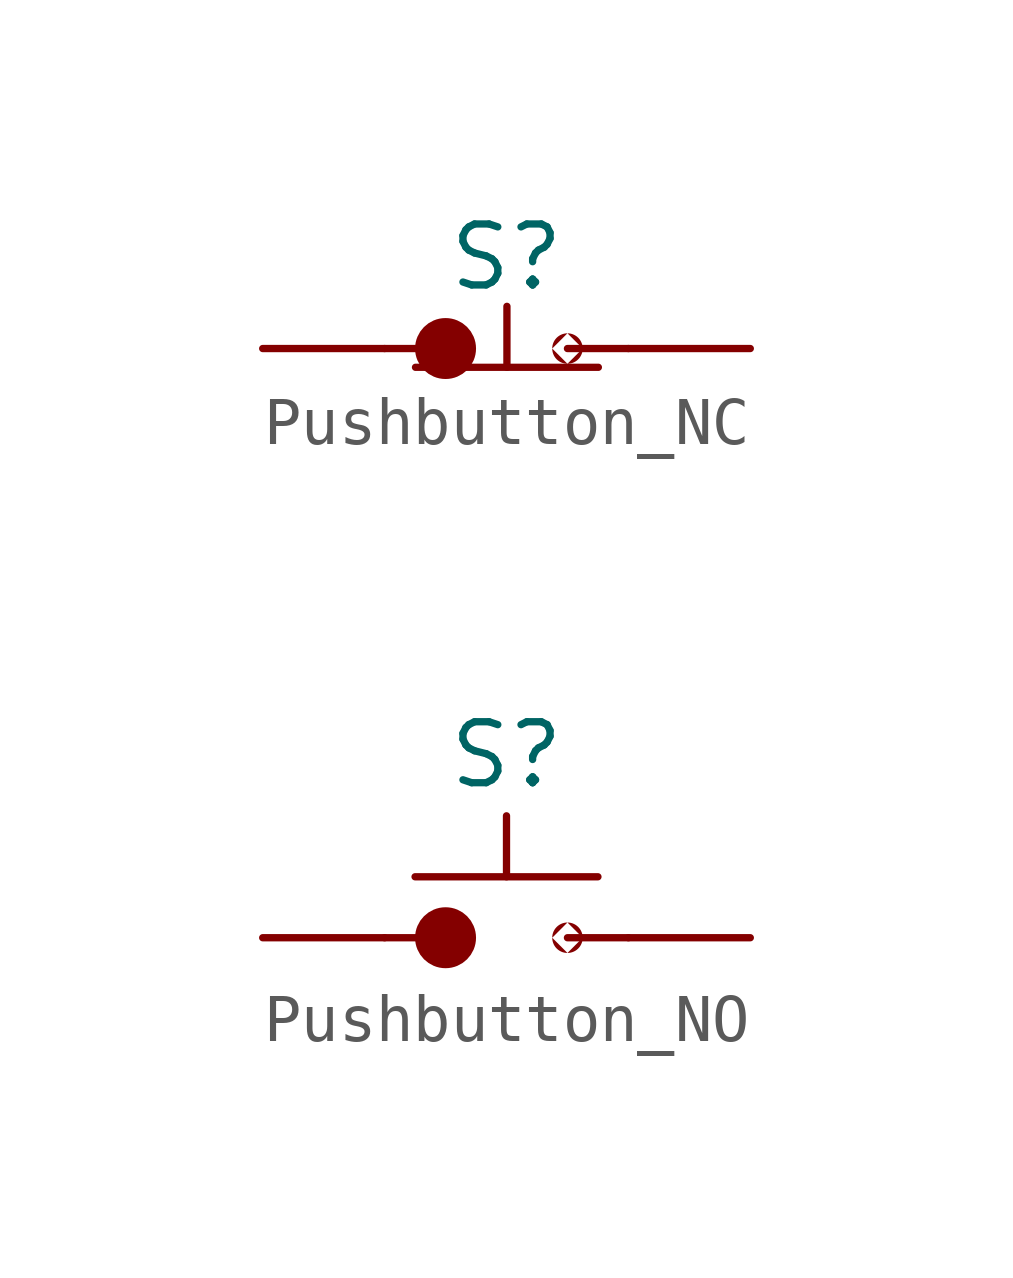
<source format=kicad_sym>
(kicad_symbol_lib
  (version 20220914)
  (generator kicad_symbol_editor)
  (symbol "Pushbutton_NC"
    (pin_numbers hide)
    (property "Reference" "S"
      (at 5.08 1.905 0)
      (effects (font (size 1.27 1.27))))
    (property "Value" ""
      (at 0 0 0)
      (effects (font (size 1.27 1.27))))
    (symbol "Pushbutton_NC_0_1"
      (polyline (pts (xy 2.54 0) (xy 3.81 0)) (stroke (width 0) (type default)) (fill (type none)))
      (polyline (pts (xy 3.184 -0.391) (xy 6.994 -0.391)) (stroke (width 0) (type default)) (fill (type none)))
      (polyline (pts (xy 5.089 -0.391) (xy 5.089 0.879)) (stroke (width 0) (type default)) (fill (type none)))
      (polyline (pts (xy 7.62 0) (xy 6.35 0)) (stroke (width 0) (type default)) (fill (type none))))
    (symbol "Pushbutton_NC_1_1"
      (circle (center 3.81 0) (radius 0.0001) (stroke (width 0.635) (type default)) (fill (type none)))
      (circle (center 6.35 0) (radius 0.0001) (stroke (width 0.635) (type default)) (fill (type outline)))
      (pin passive line (at 0 0 0) (length 2.54) (name "" (effects (font (size 1.27 1.27)))) (number "1" (effects (font (size 1.27 1.27)))))
      (pin passive line (at 10.16 0 180) (length 2.54) (name "" (effects (font (size 1.27 1.27)))) (number "2" (effects (font (size 1.27 1.27)))))))
  (symbol "Pushbutton_NO"
    (pin_numbers hide)
    (property "Reference" "S"
      (at 5.08 3.81 0)
      (effects (font (size 1.27 1.27))))
    (property "Value" ""
      (at 0 2.54 0)
      (effects (font (size 1.27 1.27))))
    (symbol "Pushbutton_NO_0_1"
      (polyline (pts (xy 2.54 0) (xy 3.81 0)) (stroke (width 0) (type default)) (fill (type none)))
      (polyline (pts (xy 3.175 1.27) (xy 6.985 1.27)) (stroke (width 0) (type default)) (fill (type none)))
      (polyline (pts (xy 5.08 1.27) (xy 5.08 2.54)) (stroke (width 0) (type default)) (fill (type none)))
      (polyline (pts (xy 7.62 0) (xy 6.35 0)) (stroke (width 0) (type default)) (fill (type none))))
    (symbol "Pushbutton_NO_1_1"
      (circle (center 3.81 0) (radius 0.0001) (stroke (width 0.635) (type default)) (fill (type none)))
      (circle (center 6.35 0) (radius 0.0001) (stroke (width 0.635) (type default)) (fill (type outline)))
      (pin passive line (at 0 0 0) (length 2.54) (name "" (effects (font (size 1.27 1.27)))) (number "1" (effects (font (size 1.27 1.27)))))
      (pin passive line (at 10.16 0 180) (length 2.54) (name "" (effects (font (size 1.27 1.27)))) (number "2" (effects (font (size 1.27 1.27))))))))
</source>
